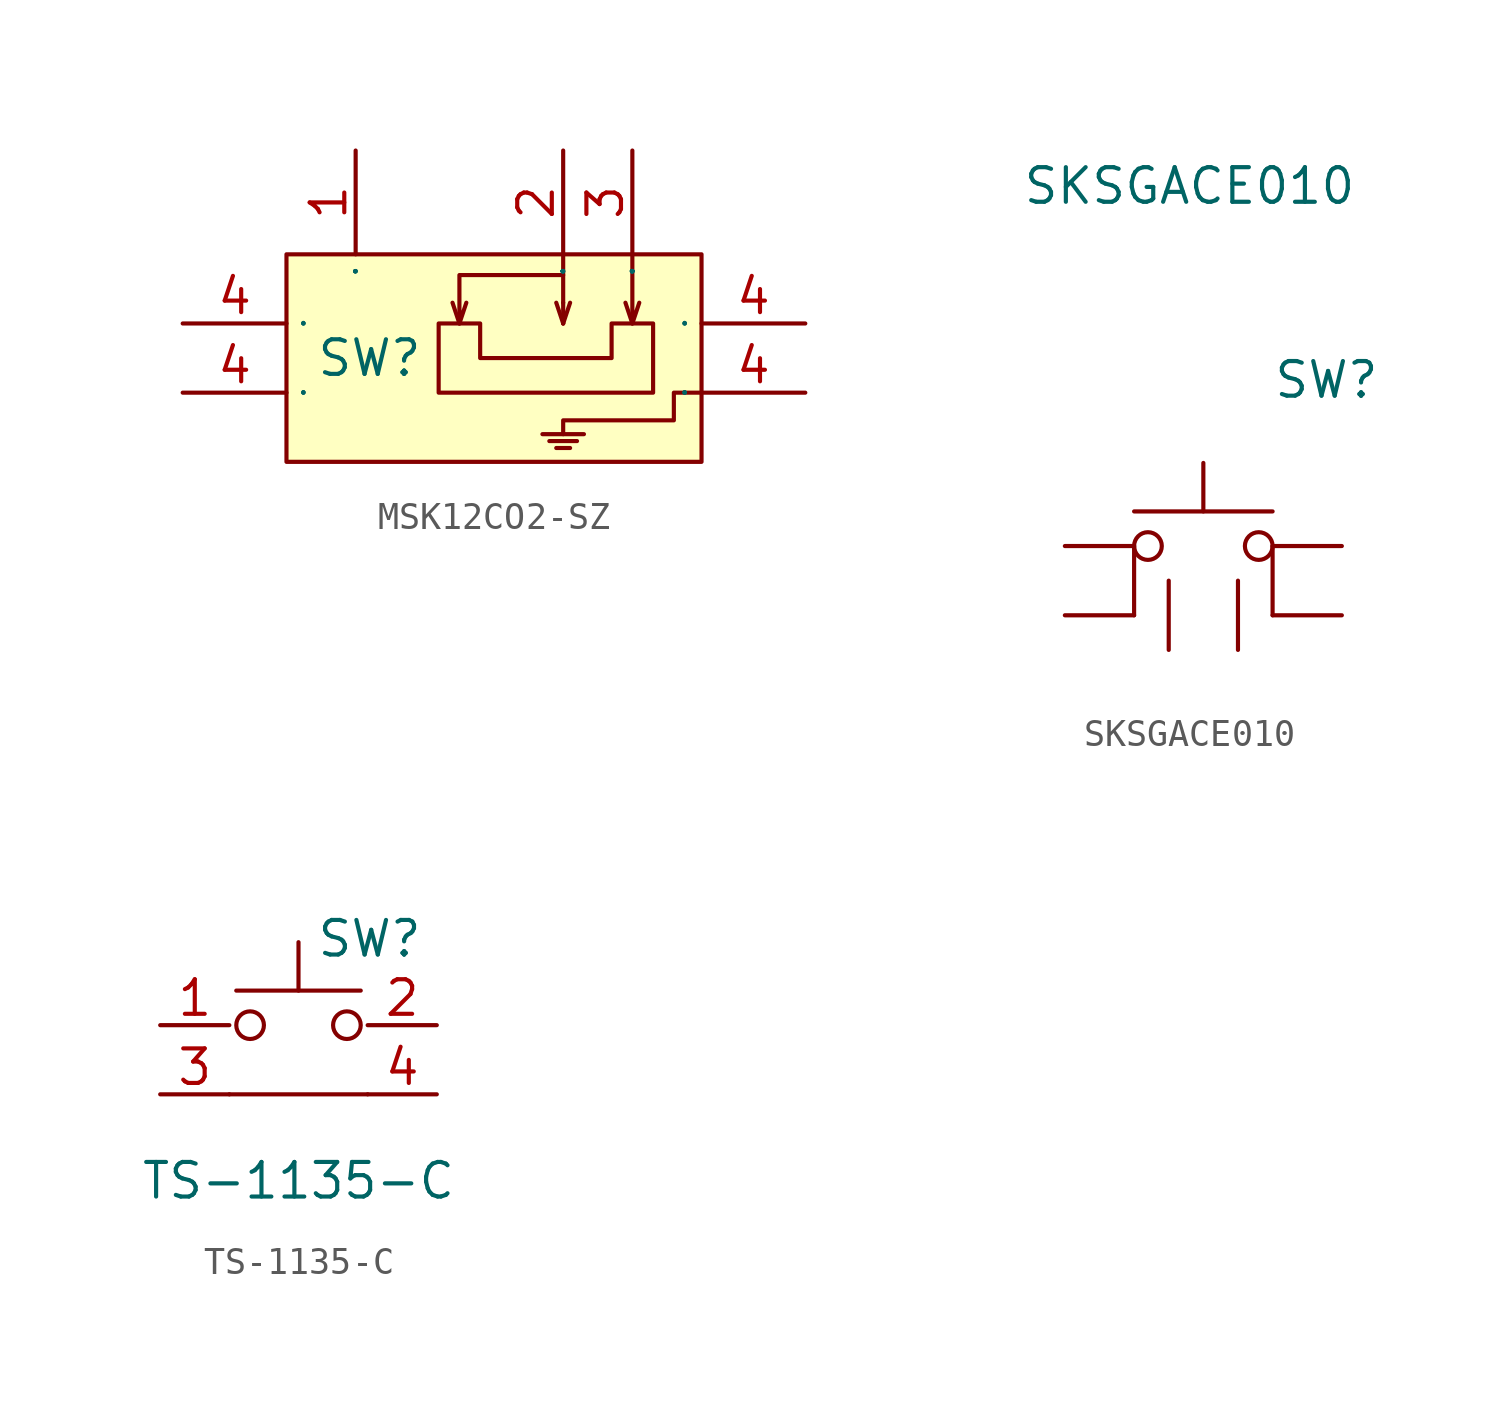
<source format=kicad_sym>
(kicad_symbol_lib
  (version 20231120)
  (generator "kicad_symbol_editor")
  (generator_version "8.0")
  (symbol "MSK12CO2-SZ"
    (property "Reference" "SW"
      (at -7.112 -1.27 0)
      (effects (font (size 1.27 1.27))))
    (property "Value" ""
      (at 0 0 0)
      (effects (font (size 1.27 1.27))))
    (symbol "MSK12CO2-SZ_1_0"
      (rectangle (start -10.16 2.54) (end 5.08 -5.08) (stroke (width 0) (type default)) (fill (type background)))
      (polyline (pts (xy -3.81 0) (xy -4.064 0.762)) (stroke (width 0) (type default)) (fill (type none)))
      (polyline (pts (xy -0.762 -4.064) (xy 0.762 -4.064)) (stroke (width 0) (type default)) (fill (type none)))
      (polyline (pts (xy -0.508 -4.318) (xy 0.508 -4.318)) (stroke (width 0) (type default)) (fill (type none)))
      (polyline (pts (xy -0.254 -4.572) (xy 0.254 -4.572)) (stroke (width 0) (type default)) (fill (type none)))
      (polyline (pts (xy 0 0) (xy -0.254 0.762)) (stroke (width 0) (type default)) (fill (type none)))
      (polyline (pts (xy 0 0) (xy 0.254 0.762)) (stroke (width 0) (type default)) (fill (type none)))
      (polyline (pts (xy 0 0.762) (xy 0 0)) (stroke (width 0) (type default)) (fill (type none)))
      (polyline (pts (xy 0 2.54) (xy 0 0.762)) (stroke (width 0) (type default)) (fill (type none)))
      (polyline (pts (xy 2.54 0) (xy 2.286 0.762)) (stroke (width 0) (type default)) (fill (type none)))
      (polyline (pts (xy 2.54 2.54) (xy 2.54 0) (xy 2.54 0) (xy 2.794 0.762)) (stroke (width 0) (type default)) (fill (type none)))
      (polyline (pts (xy 0 1.778) (xy -3.81 1.778) (xy -3.81 1.778) (xy -3.81 0) (xy -3.81 0) (xy -3.556 0.762)) (stroke (width 0) (type default)) (fill (type none)))
      (polyline (pts (xy 5.08 -2.54) (xy 4.064 -2.54) (xy 4.064 -2.54) (xy 4.064 -3.556) (xy 4.064 -3.556) (xy 0 -3.556) (xy 0 -3.556) (xy 0 -4.064)) (stroke (width 0) (type default)) (fill (type none)))
      (polyline (pts (xy -4.318 0) (xy -3.048 0) (xy -3.048 0) (xy -3.048 -1.27) (xy -3.048 -1.27) (xy 1.778 -1.27) (xy 1.778 -1.27) (xy 1.778 0) (xy 1.778 0) (xy 3.302 0) (xy 3.302 0) (xy 3.302 -2.54) (xy 3.302 -2.54) (xy -4.572 -2.54) (xy -4.572 -2.54) (xy -4.572 0) (xy -4.572 0) (xy -4.318 0)) (stroke (width 0) (type default)) (fill (type none)))
      (pin unspecified line (at -7.62 6.35 270) (length 3.81) (name "1" (effects (font (size 0.025 0.025)))) (number "1" (effects (font (size 1.27 1.27)))))
      (pin unspecified line (at 0 6.35 270) (length 3.81) (name "2" (effects (font (size 0.025 0.025)))) (number "2" (effects (font (size 1.27 1.27)))))
      (pin unspecified line (at 2.54 6.35 270) (length 3.81) (name "3" (effects (font (size 0.025 0.025)))) (number "3" (effects (font (size 1.27 1.27)))))
      (pin unspecified line (at -13.97 -2.54 0) (length 3.81) (name "4" (effects (font (size 0.025 0.025)))) (number "4" (effects (font (size 1.27 1.27)))))
      (pin unspecified line (at -13.97 0 0) (length 3.81) (name "4" (effects (font (size 0.025 0.025)))) (number "4" (effects (font (size 1.27 1.27)))))
      (pin unspecified line (at 8.89 -2.54 180) (length 3.81) (name "4" (effects (font (size 0.025 0.025)))) (number "4" (effects (font (size 1.27 1.27)))))
      (pin unspecified line (at 8.89 0 180) (length 3.81) (name "4" (effects (font (size 0.025 0.025)))) (number "4" (effects (font (size 1.27 1.27)))))))
  (symbol "SKSGACE010"
    (pin_numbers hide)
    (pin_names
      (offset 1.016) hide)
    (property "Reference" "SW"
      (at 2.54 6.096 0)
      (effects (font (size 1.27 1.27)) (justify left)))
    (property "Value" "SKSGACE010"
      (at -0.508 13.208 0)
      (effects (font (size 1.27 1.27))))
    (symbol "SKSGACE010_0_1"
      (circle (center -2.032 0) (radius 0.508) (stroke (width 0) (type default)) (fill (type none)))
      (polyline (pts (xy -2.54 -2.54) (xy -2.54 0)) (stroke (width 0) (type default)) (fill (type none)))
      (polyline (pts (xy 0 1.27) (xy 0 3.048)) (stroke (width 0) (type default)) (fill (type none)))
      (polyline (pts (xy 2.54 -2.54) (xy 2.54 0)) (stroke (width 0) (type default)) (fill (type none)))
      (polyline (pts (xy 2.54 1.27) (xy -2.54 1.27)) (stroke (width 0) (type default)) (fill (type none)))
      (circle (center 2.032 0) (radius 0.508) (stroke (width 0) (type default)) (fill (type none)))
      (pin passive line (at -5.08 0 0) (length 2.54) (name "1" (effects (font (size 1.27 1.27)))) (number "1" (effects (font (size 1.27 1.27)))))
      (pin passive line (at 5.08 0 180) (length 2.54) (name "2" (effects (font (size 1.27 1.27)))) (number "2" (effects (font (size 1.27 1.27)))))
      (pin passive line (at -5.08 -2.54 0) (length 2.54) (name "3" (effects (font (size 1.27 1.27)))) (number "3" (effects (font (size 1.27 1.27)))))
      (pin passive line (at 5.08 -2.54 180) (length 2.54) (name "4" (effects (font (size 1.27 1.27)))) (number "4" (effects (font (size 1.27 1.27)))))
      (pin passive line (at -1.27 -3.81 90) (length 2.54) (name "5" (effects (font (size 1.27 1.27)))) (number "5" (effects (font (size 1.27 1.27)))))
      (pin passive line (at 1.27 -3.81 90) (length 2.54) (name "6" (effects (font (size 1.27 1.27)))) (number "6" (effects (font (size 1.27 1.27)))))))
  (symbol "TS-1135-C"
    (pin_names
      (offset 1.016) hide)
    (property "Reference" "SW"
      (at 0.635 5.715 0)
      (effects (font (size 1.27 1.27)) (justify left)))
    (property "Value" "TS-1135-C"
      (at 0 -3.175 0)
      (effects (font (size 1.27 1.27))))
    (symbol "TS-1135-C_0_1"
      (circle (center -1.778 2.54) (radius 0.508) (stroke (width 0) (type default)) (fill (type none)))
      (polyline (pts (xy -2.286 3.81) (xy 2.286 3.81)) (stroke (width 0) (type default)) (fill (type none)))
      (polyline (pts (xy 0 3.81) (xy 0 5.588)) (stroke (width 0) (type default)) (fill (type none)))
      (polyline (pts (xy 2.54 0) (xy -2.54 0)) (stroke (width 0) (type default)) (fill (type none)))
      (circle (center 1.778 2.54) (radius 0.508) (stroke (width 0) (type default)) (fill (type none)))
      (pin passive line (at -5.08 2.54 0) (length 2.54) (name "1" (effects (font (size 1.27 1.27)))) (number "1" (effects (font (size 1.27 1.27)))))
      (pin passive line (at 5.08 2.54 180) (length 2.54) (name "2" (effects (font (size 1.27 1.27)))) (number "2" (effects (font (size 1.27 1.27)))))
      (pin passive line (at -5.08 0 0) (length 2.54) (name "3" (effects (font (size 1.27 1.27)))) (number "3" (effects (font (size 1.27 1.27)))))
      (pin passive line (at 5.08 0 180) (length 2.54) (name "4" (effects (font (size 1.27 1.27)))) (number "4" (effects (font (size 1.27 1.27))))))))
</source>
